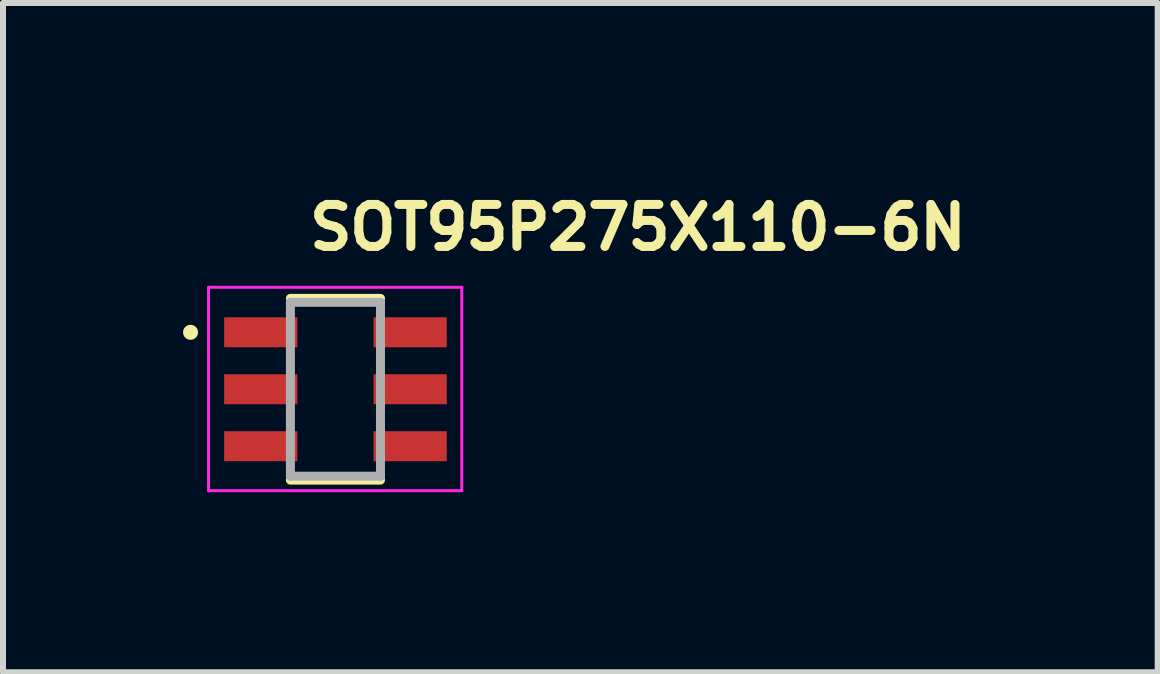
<source format=kicad_pcb>
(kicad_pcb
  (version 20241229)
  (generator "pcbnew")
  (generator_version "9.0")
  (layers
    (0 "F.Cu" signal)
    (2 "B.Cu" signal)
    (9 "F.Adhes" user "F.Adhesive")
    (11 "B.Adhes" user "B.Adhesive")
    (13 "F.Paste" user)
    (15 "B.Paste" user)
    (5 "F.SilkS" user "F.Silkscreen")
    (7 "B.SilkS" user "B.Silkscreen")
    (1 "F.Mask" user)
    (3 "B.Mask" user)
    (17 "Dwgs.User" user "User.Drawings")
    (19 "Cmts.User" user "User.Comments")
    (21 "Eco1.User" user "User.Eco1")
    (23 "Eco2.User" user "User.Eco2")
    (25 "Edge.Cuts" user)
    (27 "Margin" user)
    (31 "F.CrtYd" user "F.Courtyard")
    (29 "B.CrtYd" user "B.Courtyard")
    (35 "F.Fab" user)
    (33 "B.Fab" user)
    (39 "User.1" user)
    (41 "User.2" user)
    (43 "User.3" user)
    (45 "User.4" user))
  (footprint "SOT95P275X110-6N"
    (layer "F.Cu")
    (at 1.295 2.487)
    (property "Reference" "SOT95P275X110-6N" (at 0.736 -1.337 0) (layer "F.SilkS") (effects (font (size 0.7 0.7) (thickness 0.15)) (justify left bottom)))
    (attr smd)
    (fp_line (start 0.494 -0.565) (end 1.995 -0.565) (stroke (width 0.15) (type solid)) (layer "F.SilkS"))
    (fp_line (start 0.494 2.463) (end 1.995 2.463) (stroke (width 0.15) (type solid)) (layer "F.SilkS"))
    (fp_circle (center -1.17 0) (end -1.12 0) (stroke (width 0.15) (type solid)) (fill yes) (layer "F.SilkS"))
    (fp_line (start -0.87 -0.75) (end 3.35 -0.75) (stroke (width 0.05) (type solid)) (layer "F.CrtYd"))
    (fp_line (start -0.87 2.64) (end -0.87 -0.75) (stroke (width 0.05) (type solid)) (layer "F.CrtYd"))
    (fp_line (start 3.35 -0.75) (end 3.35 2.64) (stroke (width 0.05) (type solid)) (layer "F.CrtYd"))
    (fp_line (start 3.35 2.64) (end -0.87 2.64) (stroke (width 0.05) (type solid)) (layer "F.CrtYd"))
    (fp_line (start 0.494 -0.5) (end 1.995 -0.5) (stroke (width 0.15) (type solid)) (layer "F.Fab"))
    (fp_line (start 0.494 2.398) (end 0.494 -0.5) (stroke (width 0.15) (type solid)) (layer "F.Fab"))
    (fp_line (start 1.995 -0.5) (end 1.995 2.398) (stroke (width 0.15) (type solid)) (layer "F.Fab"))
    (fp_line (start 1.995 2.398) (end 0.494 2.398) (stroke (width 0.15) (type solid)) (layer "F.Fab"))
    (fp_rect (start -0.131 -0.5) (end 2.62 2.398) (stroke (width 0.1) (type solid)) (fill no) (layer "User.5"))
    (fp_line (start -0.131 -0.164) (end 0.062 -0.164) (stroke (width 0.02) (type solid)) (layer "User.9"))
    (fp_line (start -0.131 0.162) (end -0.131 -0.164) (stroke (width 0.02) (type solid)) (layer "User.9"))
    (fp_line (start -0.131 0.162) (end 0.062 0.162) (stroke (width 0.02) (type solid)) (layer "User.9"))
    (fp_line (start -0.131 0.787) (end 0.062 0.787) (stroke (width 0.02) (type solid)) (layer "User.9"))
    (fp_line (start -0.131 1.112) (end -0.131 0.787) (stroke (width 0.02) (type solid)) (layer "User.9"))
    (fp_line (start -0.131 1.112) (end 0.062 1.112) (stroke (width 0.02) (type solid)) (layer "User.9"))
    (fp_line (start -0.131 1.737) (end 0.062 1.737) (stroke (width 0.02) (type solid)) (layer "User.9"))
    (fp_line (start -0.131 2.061) (end -0.131 1.737) (stroke (width 0.02) (type solid)) (layer "User.9"))
    (fp_line (start -0.131 2.061) (end 0.062 2.061) (stroke (width 0.02) (type solid)) (layer "User.9"))
    (fp_line (start 0.062 -0.164) (end 0.107 -0.164) (stroke (width 0.02) (type solid)) (layer "User.9"))
    (fp_line (start 0.062 0.162) (end 0.107 0.162) (stroke (width 0.02) (type solid)) (layer "User.9"))
    (fp_line (start 0.062 0.787) (end 0.107 0.787) (stroke (width 0.02) (type solid)) (layer "User.9"))
    (fp_line (start 0.062 1.112) (end 0.107 1.112) (stroke (width 0.02) (type solid)) (layer "User.9"))
    (fp_line (start 0.062 1.737) (end 0.107 1.737) (stroke (width 0.02) (type solid)) (layer "User.9"))
    (fp_line (start 0.062 2.061) (end 0.107 2.061) (stroke (width 0.02) (type solid)) (layer "User.9"))
    (fp_line (start 0.107 -0.164) (end 0.318 -0.164) (stroke (width 0.02) (type solid)) (layer "User.9"))
    (fp_line (start 0.107 0.162) (end 0.318 0.162) (stroke (width 0.02) (type solid)) (layer "User.9"))
    (fp_line (start 0.107 0.787) (end 0.318 0.787) (stroke (width 0.02) (type solid)) (layer "User.9"))
    (fp_line (start 0.107 1.112) (end 0.318 1.112) (stroke (width 0.02) (type solid)) (layer "User.9"))
    (fp_line (start 0.107 1.737) (end 0.318 1.737) (stroke (width 0.02) (type solid)) (layer "User.9"))
    (fp_line (start 0.107 2.061) (end 0.318 2.061) (stroke (width 0.02) (type solid)) (layer "User.9"))
    (fp_line (start 0.318 -0.164) (end 0.526 -0.164) (stroke (width 0.02) (type solid)) (layer "User.9"))
    (fp_line (start 0.318 0.162) (end 0.526 0.162) (stroke (width 0.02) (type solid)) (layer "User.9"))
    (fp_line (start 0.318 0.787) (end 0.526 0.787) (stroke (width 0.02) (type solid)) (layer "User.9"))
    (fp_line (start 0.318 1.112) (end 0.526 1.112) (stroke (width 0.02) (type solid)) (layer "User.9"))
    (fp_line (start 0.318 1.737) (end 0.526 1.737) (stroke (width 0.02) (type solid)) (layer "User.9"))
    (fp_line (start 0.318 2.061) (end 0.526 2.061) (stroke (width 0.02) (type solid)) (layer "User.9"))
    (fp_line (start 0.494 -0.5) (end 0.494 -0.164) (stroke (width 0.02) (type solid)) (layer "User.9"))
    (fp_line (start 0.494 0.162) (end 0.494 0.787) (stroke (width 0.02) (type solid)) (layer "User.9"))
    (fp_line (start 0.494 1.112) (end 0.494 1.737) (stroke (width 0.02) (type solid)) (layer "User.9"))
    (fp_line (start 0.494 2.061) (end 0.494 2.398) (stroke (width 0.02) (type solid)) (layer "User.9"))
    (fp_line (start 0.526 0.162) (end 0.526 -0.164) (stroke (width 0.02) (type solid)) (layer "User.9"))
    (fp_line (start 0.526 1.112) (end 0.526 0.787) (stroke (width 0.02) (type solid)) (layer "User.9"))
    (fp_line (start 0.526 2.061) (end 0.526 1.737) (stroke (width 0.02) (type solid)) (layer "User.9"))
    (fp_line (start 0.583 -0.5) (end 0.494 -0.5) (stroke (width 0.02) (type solid)) (layer "User.9"))
    (fp_line (start 0.583 -0.5) (end 0.583 2.398) (stroke (width 0.02) (type solid)) (layer "User.9"))
    (fp_line (start 0.583 2.398) (end 0.494 2.398) (stroke (width 0.02) (type solid)) (layer "User.9"))
    (fp_line (start 0.686 -0.256) (end 0.686 -0.251) (stroke (width 0.02) (type solid)) (layer "User.9"))
    (fp_line (start 0.686 -0.256) (end 0.686 -0.251) (stroke (width 0.02) (type solid)) (layer "User.9"))
    (fp_line (start 0.686 -0.251) (end 0.686 -0.251) (stroke (width 0.02) (type solid)) (layer "User.9"))
    (fp_line (start 0.686 -0.251) (end 0.686 -0.251) (stroke (width 0.02) (type solid)) (layer "User.9"))
    (fp_line (start 0.686 -0.251) (end 0.686 -0.245) (stroke (width 0.02) (type solid)) (layer "User.9"))
    (fp_line (start 0.686 -0.251) (end 0.686 -0.245) (stroke (width 0.02) (type solid)) (layer "User.9"))
    (fp_line (start 0.686 -0.245) (end 0.687 -0.24) (stroke (width 0.02) (type solid)) (layer "User.9"))
    (fp_line (start 0.686 -0.245) (end 0.687 -0.24) (stroke (width 0.02) (type solid)) (layer "User.9"))
    (fp_line (start 0.687 -0.268) (end 0.687 -0.263) (stroke (width 0.02) (type solid)) (layer "User.9"))
    (fp_line (start 0.687 -0.268) (end 0.687 -0.263) (stroke (width 0.02) (type solid)) (layer "User.9"))
    (fp_line (start 0.687 -0.263) (end 0.686 -0.256) (stroke (width 0.02) (type solid)) (layer "User.9"))
    (fp_line (start 0.687 -0.263) (end 0.686 -0.256) (stroke (width 0.02) (type solid)) (layer "User.9"))
    (fp_line (start 0.687 -0.24) (end 0.687 -0.235) (stroke (width 0.02) (type solid)) (layer "User.9"))
    (fp_line (start 0.687 -0.24) (end 0.687 -0.235) (stroke (width 0.02) (type solid)) (layer "User.9"))
    (fp_line (start 0.687 -0.235) (end 0.688 -0.23) (stroke (width 0.02) (type solid)) (layer "User.9"))
    (fp_line (start 0.687 -0.235) (end 0.688 -0.23) (stroke (width 0.02) (type solid)) (layer "User.9"))
    (fp_line (start 0.688 -0.274) (end 0.687 -0.268) (stroke (width 0.02) (type solid)) (layer "User.9"))
    (fp_line (start 0.688 -0.274) (end 0.687 -0.268) (stroke (width 0.02) (type solid)) (layer "User.9"))
    (fp_line (start 0.688 -0.23) (end 0.689 -0.223) (stroke (width 0.02) (type solid)) (layer "User.9"))
    (fp_line (start 0.688 -0.23) (end 0.689 -0.223) (stroke (width 0.02) (type solid)) (layer "User.9"))
    (fp_line (start 0.689 -0.279) (end 0.688 -0.274) (stroke (width 0.02) (type solid)) (layer "User.9"))
    (fp_line (start 0.689 -0.279) (end 0.688 -0.274) (stroke (width 0.02) (type solid)) (layer "User.9"))
    (fp_line (start 0.689 -0.223) (end 0.691 -0.218) (stroke (width 0.02) (type solid)) (layer "User.9"))
    (fp_line (start 0.689 -0.223) (end 0.691 -0.218) (stroke (width 0.02) (type solid)) (layer "User.9"))
    (fp_line (start 0.691 -0.284) (end 0.689 -0.279) (stroke (width 0.02) (type solid)) (layer "User.9"))
    (fp_line (start 0.691 -0.284) (end 0.689 -0.279) (stroke (width 0.02) (type solid)) (layer "User.9"))
    (fp_line (start 0.691 -0.218) (end 0.693 -0.213) (stroke (width 0.02) (type solid)) (layer "User.9"))
    (fp_line (start 0.691 -0.218) (end 0.693 -0.213) (stroke (width 0.02) (type solid)) (layer "User.9"))
    (fp_line (start 0.693 -0.289) (end 0.691 -0.284) (stroke (width 0.02) (type solid)) (layer "User.9"))
    (fp_line (start 0.693 -0.289) (end 0.691 -0.284) (stroke (width 0.02) (type solid)) (layer "User.9"))
    (fp_line (start 0.693 -0.213) (end 0.695 -0.209) (stroke (width 0.02) (type solid)) (layer "User.9"))
    (fp_line (start 0.693 -0.213) (end 0.695 -0.209) (stroke (width 0.02) (type solid)) (layer "User.9"))
    (fp_line (start 0.695 -0.293) (end 0.693 -0.289) (stroke (width 0.02) (type solid)) (layer "User.9"))
    (fp_line (start 0.695 -0.293) (end 0.693 -0.289) (stroke (width 0.02) (type solid)) (layer "User.9"))
    (fp_line (start 0.695 -0.209) (end 0.697 -0.204) (stroke (width 0.02) (type solid)) (layer "User.9"))
    (fp_line (start 0.695 -0.209) (end 0.697 -0.204) (stroke (width 0.02) (type solid)) (layer "User.9"))
    (fp_line (start 0.697 -0.298) (end 0.695 -0.293) (stroke (width 0.02) (type solid)) (layer "User.9"))
    (fp_line (start 0.697 -0.298) (end 0.695 -0.293) (stroke (width 0.02) (type solid)) (layer "User.9"))
    (fp_line (start 0.697 -0.204) (end 0.699 -0.199) (stroke (width 0.02) (type solid)) (layer "User.9"))
    (fp_line (start 0.697 -0.204) (end 0.699 -0.199) (stroke (width 0.02) (type solid)) (layer "User.9"))
    (fp_line (start 0.699 -0.303) (end 0.697 -0.298) (stroke (width 0.02) (type solid)) (layer "User.9"))
    (fp_line (start 0.699 -0.303) (end 0.697 -0.298) (stroke (width 0.02) (type solid)) (layer "User.9"))
    (fp_line (start 0.699 -0.199) (end 0.702 -0.195) (stroke (width 0.02) (type solid)) (layer "User.9"))
    (fp_line (start 0.699 -0.199) (end 0.702 -0.195) (stroke (width 0.02) (type solid)) (layer "User.9"))
    (fp_line (start 0.702 -0.308) (end 0.699 -0.303) (stroke (width 0.02) (type solid)) (layer "User.9"))
    (fp_line (start 0.702 -0.308) (end 0.699 -0.303) (stroke (width 0.02) (type solid)) (layer "User.9"))
    (fp_line (start 0.702 -0.195) (end 0.704 -0.189) (stroke (width 0.02) (type solid)) (layer "User.9"))
    (fp_line (start 0.702 -0.195) (end 0.704 -0.189) (stroke (width 0.02) (type solid)) (layer "User.9"))
    (fp_line (start 0.704 -0.312) (end 0.702 -0.308) (stroke (width 0.02) (type solid)) (layer "User.9"))
    (fp_line (start 0.704 -0.312) (end 0.702 -0.308) (stroke (width 0.02) (type solid)) (layer "User.9"))
    (fp_line (start 0.704 -0.189) (end 0.707 -0.185) (stroke (width 0.02) (type solid)) (layer "User.9"))
    (fp_line (start 0.704 -0.189) (end 0.707 -0.185) (stroke (width 0.02) (type solid)) (layer "User.9"))
    (fp_line (start 0.707 -0.316) (end 0.704 -0.312) (stroke (width 0.02) (type solid)) (layer "User.9"))
    (fp_line (start 0.707 -0.316) (end 0.704 -0.312) (stroke (width 0.02) (type solid)) (layer "User.9"))
    (fp_line (start 0.707 -0.185) (end 0.71 -0.181) (stroke (width 0.02) (type solid)) (layer "User.9"))
    (fp_line (start 0.707 -0.185) (end 0.71 -0.181) (stroke (width 0.02) (type solid)) (layer "User.9"))
    (fp_line (start 0.71 -0.322) (end 0.707 -0.316) (stroke (width 0.02) (type solid)) (layer "User.9"))
    (fp_line (start 0.71 -0.322) (end 0.707 -0.316) (stroke (width 0.02) (type solid)) (layer "User.9"))
    (fp_line (start 0.71 -0.181) (end 0.713 -0.177) (stroke (width 0.02) (type solid)) (layer "User.9"))
    (fp_line (start 0.71 -0.181) (end 0.713 -0.177) (stroke (width 0.02) (type solid)) (layer "User.9"))
    (fp_line (start 0.713 -0.326) (end 0.71 -0.322) (stroke (width 0.02) (type solid)) (layer "User.9"))
    (fp_line (start 0.713 -0.326) (end 0.71 -0.322) (stroke (width 0.02) (type solid)) (layer "User.9"))
    (fp_line (start 0.713 -0.177) (end 0.717 -0.174) (stroke (width 0.02) (type solid)) (layer "User.9"))
    (fp_line (start 0.713 -0.177) (end 0.717 -0.174) (stroke (width 0.02) (type solid)) (layer "User.9"))
    (fp_line (start 0.717 -0.329) (end 0.713 -0.326) (stroke (width 0.02) (type solid)) (layer "User.9"))
    (fp_line (start 0.717 -0.329) (end 0.713 -0.326) (stroke (width 0.02) (type solid)) (layer "User.9"))
    (fp_line (start 0.717 -0.174) (end 0.721 -0.17) (stroke (width 0.02) (type solid)) (layer "User.9"))
    (fp_line (start 0.717 -0.174) (end 0.721 -0.17) (stroke (width 0.02) (type solid)) (layer "User.9"))
    (fp_line (start 0.721 -0.333) (end 0.717 -0.329) (stroke (width 0.02) (type solid)) (layer "User.9"))
    (fp_line (start 0.721 -0.333) (end 0.717 -0.329) (stroke (width 0.02) (type solid)) (layer "User.9"))
    (fp_line (start 0.721 -0.17) (end 0.725 -0.167) (stroke (width 0.02) (type solid)) (layer "User.9"))
    (fp_line (start 0.721 -0.17) (end 0.725 -0.167) (stroke (width 0.02) (type solid)) (layer "User.9"))
    (fp_line (start 0.725 -0.336) (end 0.721 -0.333) (stroke (width 0.02) (type solid)) (layer "User.9"))
    (fp_line (start 0.725 -0.336) (end 0.721 -0.333) (stroke (width 0.02) (type solid)) (layer "User.9"))
    (fp_line (start 0.725 -0.167) (end 0.729 -0.164) (stroke (width 0.02) (type solid)) (layer "User.9"))
    (fp_line (start 0.725 -0.167) (end 0.729 -0.164) (stroke (width 0.02) (type solid)) (layer "User.9"))
    (fp_line (start 0.729 -0.34) (end 0.725 -0.336) (stroke (width 0.02) (type solid)) (layer "User.9"))
    (fp_line (start 0.729 -0.34) (end 0.725 -0.336) (stroke (width 0.02) (type solid)) (layer "User.9"))
    (fp_line (start 0.729 -0.164) (end 0.733 -0.16) (stroke (width 0.02) (type solid)) (layer "User.9"))
    (fp_line (start 0.729 -0.164) (end 0.733 -0.16) (stroke (width 0.02) (type solid)) (layer "User.9"))
    (fp_line (start 0.733 -0.343) (end 0.729 -0.34) (stroke (width 0.02) (type solid)) (layer "User.9"))
    (fp_line (start 0.733 -0.343) (end 0.729 -0.34) (stroke (width 0.02) (type solid)) (layer "User.9"))
    (fp_line (start 0.733 -0.16) (end 0.738 -0.157) (stroke (width 0.02) (type solid)) (layer "User.9"))
    (fp_line (start 0.733 -0.16) (end 0.738 -0.157) (stroke (width 0.02) (type solid)) (layer "User.9"))
    (fp_line (start 0.738 -0.346) (end 0.733 -0.343) (stroke (width 0.02) (type solid)) (layer "User.9"))
    (fp_line (start 0.738 -0.346) (end 0.733 -0.343) (stroke (width 0.02) (type solid)) (layer "User.9"))
    (fp_line (start 0.738 -0.157) (end 0.742 -0.154) (stroke (width 0.02) (type solid)) (layer "User.9"))
    (fp_line (start 0.738 -0.157) (end 0.742 -0.154) (stroke (width 0.02) (type solid)) (layer "User.9"))
    (fp_line (start 0.742 -0.348) (end 0.738 -0.346) (stroke (width 0.02) (type solid)) (layer "User.9"))
    (fp_line (start 0.742 -0.348) (end 0.738 -0.346) (stroke (width 0.02) (type solid)) (layer "User.9"))
    (fp_line (start 0.742 -0.154) (end 0.747 -0.152) (stroke (width 0.02) (type solid)) (layer "User.9"))
    (fp_line (start 0.742 -0.154) (end 0.747 -0.152) (stroke (width 0.02) (type solid)) (layer "User.9"))
    (fp_line (start 0.747 -0.351) (end 0.742 -0.348) (stroke (width 0.02) (type solid)) (layer "User.9"))
    (fp_line (start 0.747 -0.351) (end 0.742 -0.348) (stroke (width 0.02) (type solid)) (layer "User.9"))
    (fp_line (start 0.747 -0.152) (end 0.752 -0.149) (stroke (width 0.02) (type solid)) (layer "User.9"))
    (fp_line (start 0.747 -0.152) (end 0.752 -0.149) (stroke (width 0.02) (type solid)) (layer "User.9"))
    (fp_line (start 0.752 -0.352) (end 0.747 -0.351) (stroke (width 0.02) (type solid)) (layer "User.9"))
    (fp_line (start 0.752 -0.352) (end 0.747 -0.351) (stroke (width 0.02) (type solid)) (layer "User.9"))
    (fp_line (start 0.752 -0.149) (end 0.757 -0.147) (stroke (width 0.02) (type solid)) (layer "User.9"))
    (fp_line (start 0.752 -0.149) (end 0.757 -0.147) (stroke (width 0.02) (type solid)) (layer "User.9"))
    (fp_line (start 0.757 -0.354) (end 0.752 -0.352) (stroke (width 0.02) (type solid)) (layer "User.9"))
    (fp_line (start 0.757 -0.354) (end 0.752 -0.352) (stroke (width 0.02) (type solid)) (layer "User.9"))
    (fp_line (start 0.757 -0.147) (end 0.762 -0.146) (stroke (width 0.02) (type solid)) (layer "User.9"))
    (fp_line (start 0.757 -0.147) (end 0.762 -0.146) (stroke (width 0.02) (type solid)) (layer "User.9"))
    (fp_line (start 0.762 -0.356) (end 0.757 -0.354) (stroke (width 0.02) (type solid)) (layer "User.9"))
    (fp_line (start 0.762 -0.356) (end 0.757 -0.354) (stroke (width 0.02) (type solid)) (layer "User.9"))
    (fp_line (start 0.762 -0.146) (end 0.768 -0.145) (stroke (width 0.02) (type solid)) (layer "User.9"))
    (fp_line (start 0.762 -0.146) (end 0.768 -0.145) (stroke (width 0.02) (type solid)) (layer "User.9"))
    (fp_line (start 0.768 -0.357) (end 0.762 -0.356) (stroke (width 0.02) (type solid)) (layer "User.9"))
    (fp_line (start 0.768 -0.357) (end 0.762 -0.356) (stroke (width 0.02) (type solid)) (layer "User.9"))
    (fp_line (start 0.768 -0.145) (end 0.773 -0.144) (stroke (width 0.02) (type solid)) (layer "User.9"))
    (fp_line (start 0.768 -0.145) (end 0.773 -0.144) (stroke (width 0.02) (type solid)) (layer "User.9"))
    (fp_line (start 0.773 -0.359) (end 0.768 -0.357) (stroke (width 0.02) (type solid)) (layer "User.9"))
    (fp_line (start 0.773 -0.359) (end 0.768 -0.357) (stroke (width 0.02) (type solid)) (layer "User.9"))
    (fp_line (start 0.773 -0.144) (end 0.779 -0.143) (stroke (width 0.02) (type solid)) (layer "User.9"))
    (fp_line (start 0.773 -0.144) (end 0.779 -0.143) (stroke (width 0.02) (type solid)) (layer "User.9"))
    (fp_line (start 0.779 -0.36) (end 0.773 -0.359) (stroke (width 0.02) (type solid)) (layer "User.9"))
    (fp_line (start 0.779 -0.36) (end 0.773 -0.359) (stroke (width 0.02) (type solid)) (layer "User.9"))
    (fp_line (start 0.779 -0.143) (end 0.784 -0.142) (stroke (width 0.02) (type solid)) (layer "User.9"))
    (fp_line (start 0.779 -0.143) (end 0.784 -0.142) (stroke (width 0.02) (type solid)) (layer "User.9"))
    (fp_line (start 0.784 -0.36) (end 0.779 -0.36) (stroke (width 0.02) (type solid)) (layer "User.9"))
    (fp_line (start 0.784 -0.36) (end 0.779 -0.36) (stroke (width 0.02) (type solid)) (layer "User.9"))
    (fp_line (start 0.784 -0.142) (end 0.79 -0.142) (stroke (width 0.02) (type solid)) (layer "User.9"))
    (fp_line (start 0.784 -0.142) (end 0.79 -0.142) (stroke (width 0.02) (type solid)) (layer "User.9"))
    (fp_line (start 0.79 -0.361) (end 0.784 -0.36) (stroke (width 0.02) (type solid)) (layer "User.9"))
    (fp_line (start 0.79 -0.361) (end 0.784 -0.36) (stroke (width 0.02) (type solid)) (layer "User.9"))
    (fp_line (start 0.79 -0.142) (end 0.795 -0.141) (stroke (width 0.02) (type solid)) (layer "User.9"))
    (fp_line (start 0.79 -0.142) (end 0.795 -0.141) (stroke (width 0.02) (type solid)) (layer "User.9"))
    (fp_line (start 0.795 -0.361) (end 0.79 -0.361) (stroke (width 0.02) (type solid)) (layer "User.9"))
    (fp_line (start 0.795 -0.361) (end 0.79 -0.361) (stroke (width 0.02) (type solid)) (layer "User.9"))
    (fp_line (start 0.795 -0.141) (end 0.801 -0.142) (stroke (width 0.02) (type solid)) (layer "User.9"))
    (fp_line (start 0.795 -0.141) (end 0.801 -0.142) (stroke (width 0.02) (type solid)) (layer "User.9"))
    (fp_line (start 0.801 -0.361) (end 0.795 -0.361) (stroke (width 0.02) (type solid)) (layer "User.9"))
    (fp_line (start 0.801 -0.361) (end 0.795 -0.361) (stroke (width 0.02) (type solid)) (layer "User.9"))
    (fp_line (start 0.801 -0.142) (end 0.807 -0.142) (stroke (width 0.02) (type solid)) (layer "User.9"))
    (fp_line (start 0.801 -0.142) (end 0.807 -0.142) (stroke (width 0.02) (type solid)) (layer "User.9"))
    (fp_line (start 0.807 -0.36) (end 0.801 -0.361) (stroke (width 0.02) (type solid)) (layer "User.9"))
    (fp_line (start 0.807 -0.36) (end 0.801 -0.361) (stroke (width 0.02) (type solid)) (layer "User.9"))
    (fp_line (start 0.807 -0.142) (end 0.812 -0.143) (stroke (width 0.02) (type solid)) (layer "User.9"))
    (fp_line (start 0.807 -0.142) (end 0.812 -0.143) (stroke (width 0.02) (type solid)) (layer "User.9"))
    (fp_line (start 0.812 -0.36) (end 0.807 -0.36) (stroke (width 0.02) (type solid)) (layer "User.9"))
    (fp_line (start 0.812 -0.36) (end 0.807 -0.36) (stroke (width 0.02) (type solid)) (layer "User.9"))
    (fp_line (start 0.812 -0.143) (end 0.817 -0.144) (stroke (width 0.02) (type solid)) (layer "User.9"))
    (fp_line (start 0.812 -0.143) (end 0.817 -0.144) (stroke (width 0.02) (type solid)) (layer "User.9"))
    (fp_line (start 0.817 -0.359) (end 0.812 -0.36) (stroke (width 0.02) (type solid)) (layer "User.9"))
    (fp_line (start 0.817 -0.359) (end 0.812 -0.36) (stroke (width 0.02) (type solid)) (layer "User.9"))
    (fp_line (start 0.817 -0.144) (end 0.823 -0.145) (stroke (width 0.02) (type solid)) (layer "User.9"))
    (fp_line (start 0.817 -0.144) (end 0.823 -0.145) (stroke (width 0.02) (type solid)) (layer "User.9"))
    (fp_line (start 0.823 -0.357) (end 0.817 -0.359) (stroke (width 0.02) (type solid)) (layer "User.9"))
    (fp_line (start 0.823 -0.357) (end 0.817 -0.359) (stroke (width 0.02) (type solid)) (layer "User.9"))
    (fp_line (start 0.823 -0.145) (end 0.828 -0.146) (stroke (width 0.02) (type solid)) (layer "User.9"))
    (fp_line (start 0.823 -0.145) (end 0.828 -0.146) (stroke (width 0.02) (type solid)) (layer "User.9"))
    (fp_line (start 0.828 -0.356) (end 0.823 -0.357) (stroke (width 0.02) (type solid)) (layer "User.9"))
    (fp_line (start 0.828 -0.356) (end 0.823 -0.357) (stroke (width 0.02) (type solid)) (layer "User.9"))
    (fp_line (start 0.828 -0.146) (end 0.832 -0.147) (stroke (width 0.02) (type solid)) (layer "User.9"))
    (fp_line (start 0.828 -0.146) (end 0.832 -0.147) (stroke (width 0.02) (type solid)) (layer "User.9"))
    (fp_line (start 0.832 -0.354) (end 0.828 -0.356) (stroke (width 0.02) (type solid)) (layer "User.9"))
    (fp_line (start 0.832 -0.354) (end 0.828 -0.356) (stroke (width 0.02) (type solid)) (layer "User.9"))
    (fp_line (start 0.832 -0.147) (end 0.837 -0.149) (stroke (width 0.02) (type solid)) (layer "User.9"))
    (fp_line (start 0.832 -0.147) (end 0.837 -0.149) (stroke (width 0.02) (type solid)) (layer "User.9"))
    (fp_line (start 0.837 -0.352) (end 0.832 -0.354) (stroke (width 0.02) (type solid)) (layer "User.9"))
    (fp_line (start 0.837 -0.352) (end 0.832 -0.354) (stroke (width 0.02) (type solid)) (layer "User.9"))
    (fp_line (start 0.837 -0.149) (end 0.842 -0.152) (stroke (width 0.02) (type solid)) (layer "User.9"))
    (fp_line (start 0.837 -0.149) (end 0.842 -0.152) (stroke (width 0.02) (type solid)) (layer "User.9"))
    (fp_line (start 0.842 -0.351) (end 0.837 -0.352) (stroke (width 0.02) (type solid)) (layer "User.9"))
    (fp_line (start 0.842 -0.351) (end 0.837 -0.352) (stroke (width 0.02) (type solid)) (layer "User.9"))
    (fp_line (start 0.842 -0.152) (end 0.847 -0.154) (stroke (width 0.02) (type solid)) (layer "User.9"))
    (fp_line (start 0.842 -0.152) (end 0.847 -0.154) (stroke (width 0.02) (type solid)) (layer "User.9"))
    (fp_line (start 0.847 -0.348) (end 0.842 -0.351) (stroke (width 0.02) (type solid)) (layer "User.9"))
    (fp_line (start 0.847 -0.348) (end 0.842 -0.351) (stroke (width 0.02) (type solid)) (layer "User.9"))
    (fp_line (start 0.847 -0.154) (end 0.851 -0.157) (stroke (width 0.02) (type solid)) (layer "User.9"))
    (fp_line (start 0.847 -0.154) (end 0.851 -0.157) (stroke (width 0.02) (type solid)) (layer "User.9"))
    (fp_line (start 0.851 -0.346) (end 0.847 -0.348) (stroke (width 0.02) (type solid)) (layer "User.9"))
    (fp_line (start 0.851 -0.346) (end 0.847 -0.348) (stroke (width 0.02) (type solid)) (layer "User.9"))
    (fp_line (start 0.851 -0.157) (end 0.856 -0.16) (stroke (width 0.02) (type solid)) (layer "User.9"))
    (fp_line (start 0.851 -0.157) (end 0.856 -0.16) (stroke (width 0.02) (type solid)) (layer "User.9"))
    (fp_line (start 0.856 -0.343) (end 0.851 -0.346) (stroke (width 0.02) (type solid)) (layer "User.9"))
    (fp_line (start 0.856 -0.343) (end 0.851 -0.346) (stroke (width 0.02) (type solid)) (layer "User.9"))
    (fp_line (start 0.856 -0.16) (end 0.86 -0.164) (stroke (width 0.02) (type solid)) (layer "User.9"))
    (fp_line (start 0.856 -0.16) (end 0.86 -0.164) (stroke (width 0.02) (type solid)) (layer "User.9"))
    (fp_line (start 0.86 -0.34) (end 0.856 -0.343) (stroke (width 0.02) (type solid)) (layer "User.9"))
    (fp_line (start 0.86 -0.34) (end 0.856 -0.343) (stroke (width 0.02) (type solid)) (layer "User.9"))
    (fp_line (start 0.86 -0.164) (end 0.864 -0.167) (stroke (width 0.02) (type solid)) (layer "User.9"))
    (fp_line (start 0.86 -0.164) (end 0.864 -0.167) (stroke (width 0.02) (type solid)) (layer "User.9"))
    (fp_line (start 0.864 -0.336) (end 0.86 -0.34) (stroke (width 0.02) (type solid)) (layer "User.9"))
    (fp_line (start 0.864 -0.336) (end 0.86 -0.34) (stroke (width 0.02) (type solid)) (layer "User.9"))
    (fp_line (start 0.864 -0.167) (end 0.868 -0.17) (stroke (width 0.02) (type solid)) (layer "User.9"))
    (fp_line (start 0.864 -0.167) (end 0.868 -0.17) (stroke (width 0.02) (type solid)) (layer "User.9"))
    (fp_line (start 0.868 -0.333) (end 0.864 -0.336) (stroke (width 0.02) (type solid)) (layer "User.9"))
    (fp_line (start 0.868 -0.333) (end 0.864 -0.336) (stroke (width 0.02) (type solid)) (layer "User.9"))
    (fp_line (start 0.868 -0.17) (end 0.872 -0.174) (stroke (width 0.02) (type solid)) (layer "User.9"))
    (fp_line (start 0.868 -0.17) (end 0.872 -0.174) (stroke (width 0.02) (type solid)) (layer "User.9"))
    (fp_line (start 0.872 -0.329) (end 0.868 -0.333) (stroke (width 0.02) (type solid)) (layer "User.9"))
    (fp_line (start 0.872 -0.329) (end 0.868 -0.333) (stroke (width 0.02) (type solid)) (layer "User.9"))
    (fp_line (start 0.872 -0.174) (end 0.875 -0.177) (stroke (width 0.02) (type solid)) (layer "User.9"))
    (fp_line (start 0.872 -0.174) (end 0.875 -0.177) (stroke (width 0.02) (type solid)) (layer "User.9"))
    (fp_line (start 0.875 -0.326) (end 0.872 -0.329) (stroke (width 0.02) (type solid)) (layer "User.9"))
    (fp_line (start 0.875 -0.326) (end 0.872 -0.329) (stroke (width 0.02) (type solid)) (layer "User.9"))
    (fp_line (start 0.875 -0.177) (end 0.879 -0.181) (stroke (width 0.02) (type solid)) (layer "User.9"))
    (fp_line (start 0.875 -0.177) (end 0.879 -0.181) (stroke (width 0.02) (type solid)) (layer "User.9"))
    (fp_line (start 0.879 -0.322) (end 0.875 -0.326) (stroke (width 0.02) (type solid)) (layer "User.9"))
    (fp_line (start 0.879 -0.322) (end 0.875 -0.326) (stroke (width 0.02) (type solid)) (layer "User.9"))
    (fp_line (start 0.879 -0.181) (end 0.882 -0.185) (stroke (width 0.02) (type solid)) (layer "User.9"))
    (fp_line (start 0.879 -0.181) (end 0.882 -0.185) (stroke (width 0.02) (type solid)) (layer "User.9"))
    (fp_line (start 0.882 -0.316) (end 0.879 -0.322) (stroke (width 0.02) (type solid)) (layer "User.9"))
    (fp_line (start 0.882 -0.316) (end 0.879 -0.322) (stroke (width 0.02) (type solid)) (layer "User.9"))
    (fp_line (start 0.882 -0.185) (end 0.885 -0.189) (stroke (width 0.02) (type solid)) (layer "User.9"))
    (fp_line (start 0.882 -0.185) (end 0.885 -0.189) (stroke (width 0.02) (type solid)) (layer "User.9"))
    (fp_line (start 0.885 -0.312) (end 0.882 -0.316) (stroke (width 0.02) (type solid)) (layer "User.9"))
    (fp_line (start 0.885 -0.312) (end 0.882 -0.316) (stroke (width 0.02) (type solid)) (layer "User.9"))
    (fp_line (start 0.885 -0.189) (end 0.888 -0.195) (stroke (width 0.02) (type solid)) (layer "User.9"))
    (fp_line (start 0.885 -0.189) (end 0.888 -0.195) (stroke (width 0.02) (type solid)) (layer "User.9"))
    (fp_line (start 0.888 -0.308) (end 0.885 -0.312) (stroke (width 0.02) (type solid)) (layer "User.9"))
    (fp_line (start 0.888 -0.308) (end 0.885 -0.312) (stroke (width 0.02) (type solid)) (layer "User.9"))
    (fp_line (start 0.888 -0.195) (end 0.891 -0.199) (stroke (width 0.02) (type solid)) (layer "User.9"))
    (fp_line (start 0.888 -0.195) (end 0.891 -0.199) (stroke (width 0.02) (type solid)) (layer "User.9"))
    (fp_line (start 0.891 -0.303) (end 0.888 -0.308) (stroke (width 0.02) (type solid)) (layer "User.9"))
    (fp_line (start 0.891 -0.303) (end 0.888 -0.308) (stroke (width 0.02) (type solid)) (layer "User.9"))
    (fp_line (start 0.891 -0.199) (end 0.893 -0.204) (stroke (width 0.02) (type solid)) (layer "User.9"))
    (fp_line (start 0.891 -0.199) (end 0.893 -0.204) (stroke (width 0.02) (type solid)) (layer "User.9"))
    (fp_line (start 0.893 -0.298) (end 0.891 -0.303) (stroke (width 0.02) (type solid)) (layer "User.9"))
    (fp_line (start 0.893 -0.298) (end 0.891 -0.303) (stroke (width 0.02) (type solid)) (layer "User.9"))
    (fp_line (start 0.893 -0.204) (end 0.896 -0.209) (stroke (width 0.02) (type solid)) (layer "User.9"))
    (fp_line (start 0.893 -0.204) (end 0.896 -0.209) (stroke (width 0.02) (type solid)) (layer "User.9"))
    (fp_line (start 0.896 -0.293) (end 0.893 -0.298) (stroke (width 0.02) (type solid)) (layer "User.9"))
    (fp_line (start 0.896 -0.293) (end 0.893 -0.298) (stroke (width 0.02) (type solid)) (layer "User.9"))
    (fp_line (start 0.896 -0.209) (end 0.898 -0.213) (stroke (width 0.02) (type solid)) (layer "User.9"))
    (fp_line (start 0.896 -0.209) (end 0.898 -0.213) (stroke (width 0.02) (type solid)) (layer "User.9"))
    (fp_line (start 0.898 -0.289) (end 0.896 -0.293) (stroke (width 0.02) (type solid)) (layer "User.9"))
    (fp_line (start 0.898 -0.289) (end 0.896 -0.293) (stroke (width 0.02) (type solid)) (layer "User.9"))
    (fp_line (start 0.898 -0.213) (end 0.9 -0.218) (stroke (width 0.02) (type solid)) (layer "User.9"))
    (fp_line (start 0.898 -0.213) (end 0.9 -0.218) (stroke (width 0.02) (type solid)) (layer "User.9"))
    (fp_line (start 0.9 -0.284) (end 0.898 -0.289) (stroke (width 0.02) (type solid)) (layer "User.9"))
    (fp_line (start 0.9 -0.284) (end 0.898 -0.289) (stroke (width 0.02) (type solid)) (layer "User.9"))
    (fp_line (start 0.9 -0.218) (end 0.901 -0.223) (stroke (width 0.02) (type solid)) (layer "User.9"))
    (fp_line (start 0.9 -0.218) (end 0.901 -0.223) (stroke (width 0.02) (type solid)) (layer "User.9"))
    (fp_line (start 0.901 -0.279) (end 0.9 -0.284) (stroke (width 0.02) (type solid)) (layer "User.9"))
    (fp_line (start 0.901 -0.279) (end 0.9 -0.284) (stroke (width 0.02) (type solid)) (layer "User.9"))
    (fp_line (start 0.901 -0.223) (end 0.903 -0.23) (stroke (width 0.02) (type solid)) (layer "User.9"))
    (fp_line (start 0.901 -0.223) (end 0.903 -0.23) (stroke (width 0.02) (type solid)) (layer "User.9"))
    (fp_line (start 0.903 -0.274) (end 0.901 -0.279) (stroke (width 0.02) (type solid)) (layer "User.9"))
    (fp_line (start 0.903 -0.274) (end 0.901 -0.279) (stroke (width 0.02) (type solid)) (layer "User.9"))
    (fp_line (start 0.903 -0.23) (end 0.904 -0.235) (stroke (width 0.02) (type solid)) (layer "User.9"))
    (fp_line (start 0.903 -0.23) (end 0.904 -0.235) (stroke (width 0.02) (type solid)) (layer "User.9"))
    (fp_line (start 0.904 -0.268) (end 0.903 -0.274) (stroke (width 0.02) (type solid)) (layer "User.9"))
    (fp_line (start 0.904 -0.268) (end 0.903 -0.274) (stroke (width 0.02) (type solid)) (layer "User.9"))
    (fp_line (start 0.904 -0.263) (end 0.904 -0.268) (stroke (width 0.02) (type solid)) (layer "User.9"))
    (fp_line (start 0.904 -0.263) (end 0.904 -0.268) (stroke (width 0.02) (type solid)) (layer "User.9"))
    (fp_line (start 0.904 -0.24) (end 0.905 -0.245) (stroke (width 0.02) (type solid)) (layer "User.9"))
    (fp_line (start 0.904 -0.24) (end 0.905 -0.245) (stroke (width 0.02) (type solid)) (layer "User.9"))
    (fp_line (start 0.904 -0.235) (end 0.904 -0.24) (stroke (width 0.02) (type solid)) (layer "User.9"))
    (fp_line (start 0.904 -0.235) (end 0.904 -0.24) (stroke (width 0.02) (type solid)) (layer "User.9"))
    (fp_line (start 0.905 -0.256) (end 0.904 -0.263) (stroke (width 0.02) (type solid)) (layer "User.9"))
    (fp_line (start 0.905 -0.256) (end 0.904 -0.263) (stroke (width 0.02) (type solid)) (layer "User.9"))
    (fp_line (start 0.905 -0.251) (end 0.905 -0.256) (stroke (width 0.02) (type solid)) (layer "User.9"))
    (fp_line (start 0.905 -0.251) (end 0.905 -0.256) (stroke (width 0.02) (type solid)) (layer "User.9"))
    (fp_line (start 0.905 -0.251) (end 0.905 -0.251) (stroke (width 0.02) (type solid)) (layer "User.9"))
    (fp_line (start 0.905 -0.251) (end 0.905 -0.251) (stroke (width 0.02) (type solid)) (layer "User.9"))
    (fp_line (start 0.905 -0.245) (end 0.905 -0.251) (stroke (width 0.02) (type solid)) (layer "User.9"))
    (fp_line (start 0.905 -0.245) (end 0.905 -0.251) (stroke (width 0.02) (type solid)) (layer "User.9"))
    (fp_line (start 1.904 -0.5) (end 0.583 -0.5) (stroke (width 0.02) (type solid)) (layer "User.9"))
    (fp_line (start 1.904 2.398) (end 0.583 2.398) (stroke (width 0.02) (type solid)) (layer "User.9"))
    (fp_line (start 1.904 2.398) (end 1.904 -0.5) (stroke (width 0.02) (type solid)) (layer "User.9"))
    (fp_line (start 1.963 0.162) (end 1.963 -0.164) (stroke (width 0.02) (type solid)) (layer "User.9"))
    (fp_line (start 1.963 1.112) (end 1.963 0.787) (stroke (width 0.02) (type solid)) (layer "User.9"))
    (fp_line (start 1.963 2.061) (end 1.963 1.737) (stroke (width 0.02) (type solid)) (layer "User.9"))
    (fp_line (start 1.995 -0.5) (end 1.904 -0.5) (stroke (width 0.02) (type solid)) (layer "User.9"))
    (fp_line (start 1.995 -0.164) (end 1.995 -0.5) (stroke (width 0.02) (type solid)) (layer "User.9"))
    (fp_line (start 1.995 0.787) (end 1.995 0.162) (stroke (width 0.02) (type solid)) (layer "User.9"))
    (fp_line (start 1.995 1.737) (end 1.995 1.112) (stroke (width 0.02) (type solid)) (layer "User.9"))
    (fp_line (start 1.995 2.398) (end 1.904 2.398) (stroke (width 0.02) (type solid)) (layer "User.9"))
    (fp_line (start 1.995 2.398) (end 1.995 2.061) (stroke (width 0.02) (type solid)) (layer "User.9"))
    (fp_line (start 2.169 -0.164) (end 1.963 -0.164) (stroke (width 0.02) (type solid)) (layer "User.9"))
    (fp_line (start 2.169 0.162) (end 1.963 0.162) (stroke (width 0.02) (type solid)) (layer "User.9"))
    (fp_line (start 2.169 0.787) (end 1.963 0.787) (stroke (width 0.02) (type solid)) (layer "User.9"))
    (fp_line (start 2.169 1.112) (end 1.963 1.112) (stroke (width 0.02) (type solid)) (layer "User.9"))
    (fp_line (start 2.169 1.737) (end 1.963 1.737) (stroke (width 0.02) (type solid)) (layer "User.9"))
    (fp_line (start 2.169 2.061) (end 1.963 2.061) (stroke (width 0.02) (type solid)) (layer "User.9"))
    (fp_line (start 2.381 -0.164) (end 2.169 -0.164) (stroke (width 0.02) (type solid)) (layer "User.9"))
    (fp_line (start 2.381 0.162) (end 2.169 0.162) (stroke (width 0.02) (type solid)) (layer "User.9"))
    (fp_line (start 2.381 0.787) (end 2.169 0.787) (stroke (width 0.02) (type solid)) (layer "User.9"))
    (fp_line (start 2.381 1.112) (end 2.169 1.112) (stroke (width 0.02) (type solid)) (layer "User.9"))
    (fp_line (start 2.381 1.737) (end 2.169 1.737) (stroke (width 0.02) (type solid)) (layer "User.9"))
    (fp_line (start 2.381 2.061) (end 2.169 2.061) (stroke (width 0.02) (type solid)) (layer "User.9"))
    (fp_line (start 2.426 -0.164) (end 2.381 -0.164) (stroke (width 0.02) (type solid)) (layer "User.9"))
    (fp_line (start 2.426 0.162) (end 2.381 0.162) (stroke (width 0.02) (type solid)) (layer "User.9"))
    (fp_line (start 2.426 0.787) (end 2.381 0.787) (stroke (width 0.02) (type solid)) (layer "User.9"))
    (fp_line (start 2.426 1.112) (end 2.381 1.112) (stroke (width 0.02) (type solid)) (layer "User.9"))
    (fp_line (start 2.426 1.737) (end 2.381 1.737) (stroke (width 0.02) (type solid)) (layer "User.9"))
    (fp_line (start 2.426 2.061) (end 2.381 2.061) (stroke (width 0.02) (type solid)) (layer "User.9"))
    (fp_line (start 2.62 -0.164) (end 2.426 -0.164) (stroke (width 0.02) (type solid)) (layer "User.9"))
    (fp_line (start 2.62 0.162) (end 2.426 0.162) (stroke (width 0.02) (type solid)) (layer "User.9"))
    (fp_line (start 2.62 0.162) (end 2.62 -0.164) (stroke (width 0.02) (type solid)) (layer "User.9"))
    (fp_line (start 2.62 0.787) (end 2.426 0.787) (stroke (width 0.02) (type solid)) (layer "User.9"))
    (fp_line (start 2.62 1.112) (end 2.426 1.112) (stroke (width 0.02) (type solid)) (layer "User.9"))
    (fp_line (start 2.62 1.112) (end 2.62 0.787) (stroke (width 0.02) (type solid)) (layer "User.9"))
    (fp_line (start 2.62 1.737) (end 2.426 1.737) (stroke (width 0.02) (type solid)) (layer "User.9"))
    (fp_line (start 2.62 2.061) (end 2.426 2.061) (stroke (width 0.02) (type solid)) (layer "User.9"))
    (fp_line (start 2.62 2.061) (end 2.62 1.737) (stroke (width 0.02) (type solid)) (layer "User.9"))
    (pad "1" smd rect (at 0 0) (size 1.22 0.5) (layers "F.Cu" "F.Mask" "F.Paste"))
    (pad "2" smd rect (at 0 0.949) (size 1.22 0.5) (layers "F.Cu" "F.Mask" "F.Paste"))
    (pad "3" smd rect (at 0 1.898) (size 1.22 0.5) (layers "F.Cu" "F.Mask" "F.Paste"))
    (pad "4" smd rect (at 2.49 1.898) (size 1.22 0.5) (layers "F.Cu" "F.Mask" "F.Paste"))
    (pad "5" smd rect (at 2.49 0.949) (size 1.22 0.5) (layers "F.Cu" "F.Mask" "F.Paste"))
    (pad "6" smd rect (at 2.49 0) (size 1.22 0.5) (layers "F.Cu" "F.Mask" "F.Paste")))
  (gr_rect
    (start -3 -3)
    (end 16.241 8.152)
    (stroke (width 0.1) (type default))
    (fill no)
    (layer "Edge.Cuts")))
</source>
